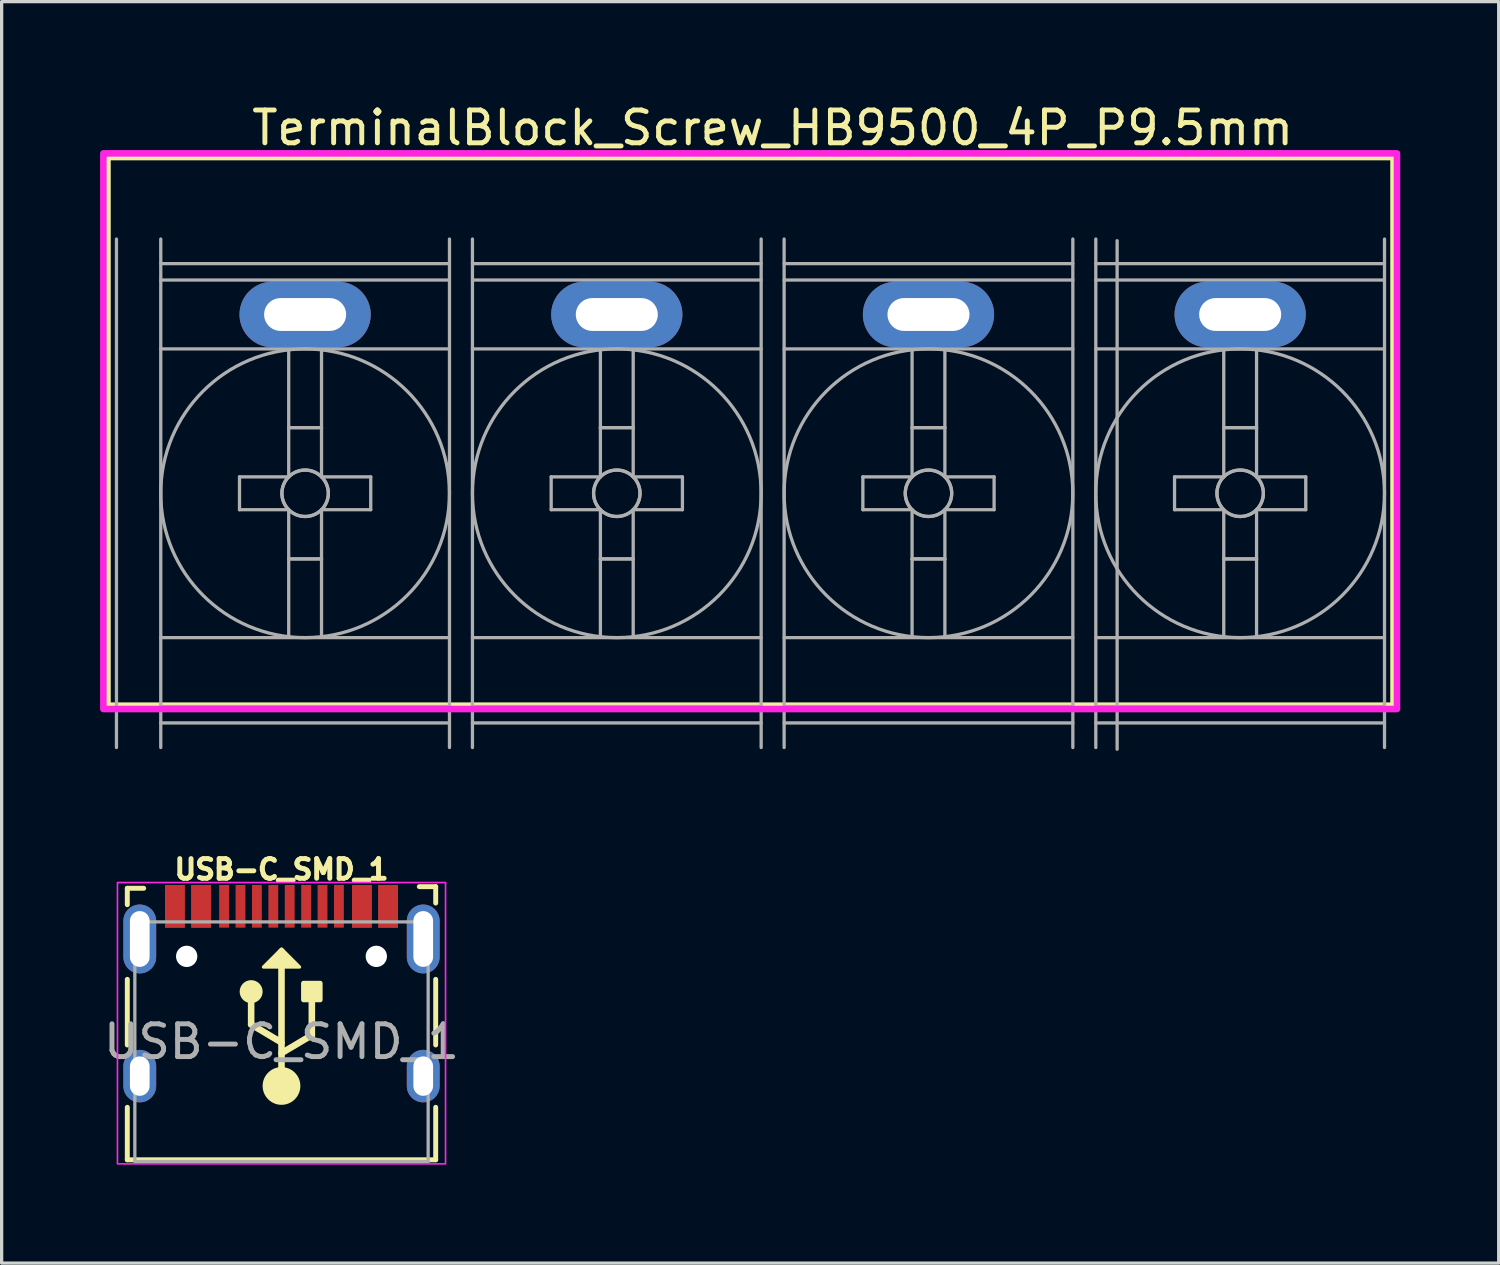
<source format=kicad_pcb>
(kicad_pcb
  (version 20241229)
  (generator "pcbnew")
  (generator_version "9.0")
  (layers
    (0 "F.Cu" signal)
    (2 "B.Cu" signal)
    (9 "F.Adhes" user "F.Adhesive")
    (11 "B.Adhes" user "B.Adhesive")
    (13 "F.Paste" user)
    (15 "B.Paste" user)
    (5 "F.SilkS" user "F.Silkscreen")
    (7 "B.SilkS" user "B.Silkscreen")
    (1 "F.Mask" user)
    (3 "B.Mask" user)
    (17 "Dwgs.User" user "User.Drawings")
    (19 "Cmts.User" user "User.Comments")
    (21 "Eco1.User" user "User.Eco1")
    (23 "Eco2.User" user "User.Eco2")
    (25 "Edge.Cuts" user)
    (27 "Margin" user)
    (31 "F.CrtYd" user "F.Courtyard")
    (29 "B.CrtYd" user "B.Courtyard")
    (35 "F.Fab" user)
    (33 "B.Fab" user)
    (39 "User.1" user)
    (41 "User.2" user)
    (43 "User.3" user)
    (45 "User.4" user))
  (footprint "TerminalBlock_Screw_HB9500_4P_P9.5mm"
    (layer "F.Cu")
    (at 20.5 10.098)
    (property "Reference" "TerminalBlock_Screw_HB9500_4P_P9.5mm" (at 0 -9.25 0) (layer "F.SilkS") (effects (font (size 1 1) (thickness 0.15))))
    (attr through_hole)
    (fp_rect (start -20.3 -8.387) (end 18.95 8.387) (stroke (width 0.25) (type solid)) (fill no) (layer "F.SilkS"))
    (fp_rect (start -20.4 -8.473) (end 19.03 8.463) (stroke (width 0.2) (type solid)) (fill no) (layer "F.CrtYd"))
    (fp_line (start -20 9.637) (end -20 -5.862) (stroke (width 0.1) (type solid)) (layer "F.Fab"))
    (fp_line (start -18.65 -5.862) (end -18.65 9.637) (stroke (width 0.1) (type solid)) (layer "F.Fab"))
    (fp_line (start -18.65 -5.112) (end -9.85 -5.112) (stroke (width 0.1) (type solid)) (layer "F.Fab"))
    (fp_line (start -18.65 -4.612) (end -9.85 -4.612) (stroke (width 0.1) (type solid)) (layer "F.Fab"))
    (fp_line (start -18.65 -2.513) (end -9.85 -2.513) (stroke (width 0.1) (type solid)) (layer "F.Fab"))
    (fp_line (start -18.65 6.287) (end -9.85 6.287) (stroke (width 0.1) (type solid)) (layer "F.Fab"))
    (fp_line (start -18.65 8.387) (end -9.85 8.387) (stroke (width 0.1) (type solid)) (layer "F.Fab"))
    (fp_line (start -18.65 8.887) (end -9.85 8.887) (stroke (width 0.1) (type solid)) (layer "F.Fab"))
    (fp_line (start -16.25 1.387) (end -16.25 2.388) (stroke (width 0.1) (type solid)) (layer "F.Fab"))
    (fp_line (start -16.25 2.388) (end -14.75 2.388) (stroke (width 0.1) (type solid)) (layer "F.Fab"))
    (fp_line (start -14.75 -2.462) (end -14.75 1.387) (stroke (width 0.1) (type solid)) (layer "F.Fab"))
    (fp_line (start -14.75 -0.113) (end -13.75 -0.113) (stroke (width 0.1) (type solid)) (layer "F.Fab"))
    (fp_line (start -14.75 -0.113) (end -13.75 -0.113) (stroke (width 0.1) (type solid)) (layer "F.Fab"))
    (fp_line (start -14.75 1.387) (end -16.25 1.387) (stroke (width 0.1) (type solid)) (layer "F.Fab"))
    (fp_line (start -14.75 2.388) (end -14.75 6.237) (stroke (width 0.1) (type solid)) (layer "F.Fab"))
    (fp_line (start -14.75 3.888) (end -13.75 3.888) (stroke (width 0.1) (type solid)) (layer "F.Fab"))
    (fp_line (start -14.75 3.888) (end -13.75 3.888) (stroke (width 0.1) (type solid)) (layer "F.Fab"))
    (fp_line (start -13.75 -2.462) (end -13.75 1.387) (stroke (width 0.1) (type solid)) (layer "F.Fab"))
    (fp_line (start -13.75 1.387) (end -12.25 1.387) (stroke (width 0.1) (type solid)) (layer "F.Fab"))
    (fp_line (start -13.75 2.388) (end -13.75 6.237) (stroke (width 0.1) (type solid)) (layer "F.Fab"))
    (fp_line (start -12.25 1.387) (end -12.25 2.388) (stroke (width 0.1) (type solid)) (layer "F.Fab"))
    (fp_line (start -12.25 2.388) (end -13.75 2.388) (stroke (width 0.1) (type solid)) (layer "F.Fab"))
    (fp_line (start -9.85 -5.862) (end -9.85 9.637) (stroke (width 0.1) (type solid)) (layer "F.Fab"))
    (fp_line (start -9.15 -5.862) (end -9.15 9.637) (stroke (width 0.1) (type solid)) (layer "F.Fab"))
    (fp_line (start -9.15 -5.112) (end -0.35 -5.112) (stroke (width 0.1) (type solid)) (layer "F.Fab"))
    (fp_line (start -9.15 -4.612) (end -0.35 -4.612) (stroke (width 0.1) (type solid)) (layer "F.Fab"))
    (fp_line (start -9.15 -2.513) (end -0.35 -2.513) (stroke (width 0.1) (type solid)) (layer "F.Fab"))
    (fp_line (start -9.15 6.287) (end -0.35 6.287) (stroke (width 0.1) (type solid)) (layer "F.Fab"))
    (fp_line (start -9.15 8.387) (end -0.35 8.387) (stroke (width 0.1) (type solid)) (layer "F.Fab"))
    (fp_line (start -9.15 8.887) (end -0.35 8.887) (stroke (width 0.1) (type solid)) (layer "F.Fab"))
    (fp_line (start -6.75 1.387) (end -6.75 2.388) (stroke (width 0.1) (type solid)) (layer "F.Fab"))
    (fp_line (start -6.75 2.388) (end -5.25 2.388) (stroke (width 0.1) (type solid)) (layer "F.Fab"))
    (fp_line (start -5.25 -2.462) (end -5.25 1.387) (stroke (width 0.1) (type solid)) (layer "F.Fab"))
    (fp_line (start -5.25 -0.113) (end -4.25 -0.113) (stroke (width 0.1) (type solid)) (layer "F.Fab"))
    (fp_line (start -5.25 -0.113) (end -4.25 -0.113) (stroke (width 0.1) (type solid)) (layer "F.Fab"))
    (fp_line (start -5.25 1.387) (end -6.75 1.387) (stroke (width 0.1) (type solid)) (layer "F.Fab"))
    (fp_line (start -5.25 2.388) (end -5.25 6.237) (stroke (width 0.1) (type solid)) (layer "F.Fab"))
    (fp_line (start -5.25 3.888) (end -4.25 3.888) (stroke (width 0.1) (type solid)) (layer "F.Fab"))
    (fp_line (start -5.25 3.888) (end -4.25 3.888) (stroke (width 0.1) (type solid)) (layer "F.Fab"))
    (fp_line (start -4.25 -2.462) (end -4.25 1.387) (stroke (width 0.1) (type solid)) (layer "F.Fab"))
    (fp_line (start -4.25 1.387) (end -2.75 1.387) (stroke (width 0.1) (type solid)) (layer "F.Fab"))
    (fp_line (start -4.25 2.388) (end -4.25 6.237) (stroke (width 0.1) (type solid)) (layer "F.Fab"))
    (fp_line (start -2.75 1.387) (end -2.75 2.388) (stroke (width 0.1) (type solid)) (layer "F.Fab"))
    (fp_line (start -2.75 2.388) (end -4.25 2.388) (stroke (width 0.1) (type solid)) (layer "F.Fab"))
    (fp_line (start -0.35 -5.862) (end -0.35 9.637) (stroke (width 0.1) (type solid)) (layer "F.Fab"))
    (fp_line (start 0.35 -5.862) (end 0.35 9.637) (stroke (width 0.1) (type solid)) (layer "F.Fab"))
    (fp_line (start 0.35 -5.112) (end 9.15 -5.112) (stroke (width 0.1) (type solid)) (layer "F.Fab"))
    (fp_line (start 0.35 -4.612) (end 9.15 -4.612) (stroke (width 0.1) (type solid)) (layer "F.Fab"))
    (fp_line (start 0.35 -2.513) (end 9.15 -2.513) (stroke (width 0.1) (type solid)) (layer "F.Fab"))
    (fp_line (start 0.35 6.287) (end 9.15 6.287) (stroke (width 0.1) (type solid)) (layer "F.Fab"))
    (fp_line (start 0.35 8.387) (end 9.15 8.387) (stroke (width 0.1) (type solid)) (layer "F.Fab"))
    (fp_line (start 0.35 8.887) (end 9.15 8.887) (stroke (width 0.1) (type solid)) (layer "F.Fab"))
    (fp_line (start 2.75 1.387) (end 2.75 2.388) (stroke (width 0.1) (type solid)) (layer "F.Fab"))
    (fp_line (start 2.75 2.388) (end 4.25 2.388) (stroke (width 0.1) (type solid)) (layer "F.Fab"))
    (fp_line (start 4.25 -2.462) (end 4.25 1.387) (stroke (width 0.1) (type solid)) (layer "F.Fab"))
    (fp_line (start 4.25 -0.113) (end 5.25 -0.113) (stroke (width 0.1) (type solid)) (layer "F.Fab"))
    (fp_line (start 4.25 -0.113) (end 5.25 -0.113) (stroke (width 0.1) (type solid)) (layer "F.Fab"))
    (fp_line (start 4.25 1.387) (end 2.75 1.387) (stroke (width 0.1) (type solid)) (layer "F.Fab"))
    (fp_line (start 4.25 2.388) (end 4.25 6.237) (stroke (width 0.1) (type solid)) (layer "F.Fab"))
    (fp_line (start 4.25 3.888) (end 5.25 3.888) (stroke (width 0.1) (type solid)) (layer "F.Fab"))
    (fp_line (start 4.25 3.888) (end 5.25 3.888) (stroke (width 0.1) (type solid)) (layer "F.Fab"))
    (fp_line (start 5.25 -2.462) (end 5.25 1.387) (stroke (width 0.1) (type solid)) (layer "F.Fab"))
    (fp_line (start 5.25 1.387) (end 6.75 1.387) (stroke (width 0.1) (type solid)) (layer "F.Fab"))
    (fp_line (start 5.25 2.388) (end 5.25 6.237) (stroke (width 0.1) (type solid)) (layer "F.Fab"))
    (fp_line (start 6.75 1.387) (end 6.75 2.388) (stroke (width 0.1) (type solid)) (layer "F.Fab"))
    (fp_line (start 6.75 2.388) (end 5.25 2.388) (stroke (width 0.1) (type solid)) (layer "F.Fab"))
    (fp_line (start 9.15 -5.862) (end 9.15 9.637) (stroke (width 0.1) (type solid)) (layer "F.Fab"))
    (fp_line (start 9.85 -5.862) (end 9.85 9.637) (stroke (width 0.1) (type solid)) (layer "F.Fab"))
    (fp_line (start 9.85 -5.112) (end 18.65 -5.112) (stroke (width 0.1) (type solid)) (layer "F.Fab"))
    (fp_line (start 9.85 -4.612) (end 18.65 -4.612) (stroke (width 0.1) (type solid)) (layer "F.Fab"))
    (fp_line (start 9.85 -2.513) (end 18.65 -2.513) (stroke (width 0.1) (type solid)) (layer "F.Fab"))
    (fp_line (start 9.85 6.287) (end 18.65 6.287) (stroke (width 0.1) (type solid)) (layer "F.Fab"))
    (fp_line (start 9.85 8.387) (end 18.65 8.387) (stroke (width 0.1) (type solid)) (layer "F.Fab"))
    (fp_line (start 9.85 8.887) (end 18.65 8.887) (stroke (width 0.1) (type solid)) (layer "F.Fab"))
    (fp_line (start 10.5 9.688) (end 10.5 -5.812) (stroke (width 0.1) (type solid)) (layer "F.Fab"))
    (fp_line (start 12.25 1.387) (end 12.25 2.388) (stroke (width 0.1) (type solid)) (layer "F.Fab"))
    (fp_line (start 12.25 2.388) (end 13.75 2.388) (stroke (width 0.1) (type solid)) (layer "F.Fab"))
    (fp_line (start 13.75 -2.462) (end 13.75 1.387) (stroke (width 0.1) (type solid)) (layer "F.Fab"))
    (fp_line (start 13.75 -0.113) (end 14.75 -0.113) (stroke (width 0.1) (type solid)) (layer "F.Fab"))
    (fp_line (start 13.75 -0.113) (end 14.75 -0.113) (stroke (width 0.1) (type solid)) (layer "F.Fab"))
    (fp_line (start 13.75 1.387) (end 12.25 1.387) (stroke (width 0.1) (type solid)) (layer "F.Fab"))
    (fp_line (start 13.75 2.388) (end 13.75 6.237) (stroke (width 0.1) (type solid)) (layer "F.Fab"))
    (fp_line (start 13.75 3.888) (end 14.75 3.888) (stroke (width 0.1) (type solid)) (layer "F.Fab"))
    (fp_line (start 13.75 3.888) (end 14.75 3.888) (stroke (width 0.1) (type solid)) (layer "F.Fab"))
    (fp_line (start 14.75 -2.462) (end 14.75 1.387) (stroke (width 0.1) (type solid)) (layer "F.Fab"))
    (fp_line (start 14.75 1.387) (end 16.25 1.387) (stroke (width 0.1) (type solid)) (layer "F.Fab"))
    (fp_line (start 14.75 2.388) (end 14.75 6.237) (stroke (width 0.1) (type solid)) (layer "F.Fab"))
    (fp_line (start 16.25 1.387) (end 16.25 2.388) (stroke (width 0.1) (type solid)) (layer "F.Fab"))
    (fp_line (start 16.25 2.388) (end 14.75 2.388) (stroke (width 0.1) (type solid)) (layer "F.Fab"))
    (fp_line (start 18.65 -5.862) (end 18.65 9.637) (stroke (width 0.1) (type solid)) (layer "F.Fab"))
    (fp_circle (center -14.25 1.887) (end -13.75 2.388) (stroke (width 0.1) (type solid)) (fill no) (layer "F.Fab"))
    (fp_circle (center -14.25 1.887) (end -13.75 2.388) (stroke (width 0.1) (type solid)) (fill no) (layer "F.Fab"))
    (fp_circle (center -14.25 1.887) (end -9.85 1.887) (stroke (width 0.1) (type solid)) (fill no) (layer "F.Fab"))
    (fp_circle (center -4.75 1.887) (end -4.25 2.388) (stroke (width 0.1) (type solid)) (fill no) (layer "F.Fab"))
    (fp_circle (center -4.75 1.887) (end -4.25 2.388) (stroke (width 0.1) (type solid)) (fill no) (layer "F.Fab"))
    (fp_circle (center -4.75 1.887) (end -0.35 1.887) (stroke (width 0.1) (type solid)) (fill no) (layer "F.Fab"))
    (fp_circle (center 4.75 1.887) (end 5.25 2.388) (stroke (width 0.1) (type solid)) (fill no) (layer "F.Fab"))
    (fp_circle (center 4.75 1.887) (end 5.25 2.388) (stroke (width 0.1) (type solid)) (fill no) (layer "F.Fab"))
    (fp_circle (center 4.75 1.887) (end 9.15 1.887) (stroke (width 0.1) (type solid)) (fill no) (layer "F.Fab"))
    (fp_circle (center 14.25 1.887) (end 14.75 2.388) (stroke (width 0.1) (type solid)) (fill no) (layer "F.Fab"))
    (fp_circle (center 14.25 1.887) (end 14.75 2.388) (stroke (width 0.1) (type solid)) (fill no) (layer "F.Fab"))
    (fp_circle (center 14.25 1.887) (end 18.65 1.887) (stroke (width 0.1) (type solid)) (fill no) (layer "F.Fab"))
    (pad "1" thru_hole oval (at -14.25 -3.562) (size 4 2) (drill oval 2.5 1) (layers "*.Cu" "*.Mask"))
    (pad "2" thru_hole oval (at -4.75 -3.562) (size 4 2) (drill oval 2.5 1) (layers "*.Cu" "*.Mask"))
    (pad "3" thru_hole oval (at 4.75 -3.562) (size 4 2) (drill oval 2.5 1) (layers "*.Cu" "*.Mask"))
    (pad "4" thru_hole oval (at 14.25 -3.562) (size 4 2) (drill oval 2.5 1) (layers "*.Cu" "*.Mask")))
  (footprint "USB-C_SMD_1"
    (layer "F.Cu")
    (at 5.53 28.7)
    (property "Reference" "USB-C_SMD_1" (at 0 -5.25 0) (unlocked yes) (layer "F.SilkS") (effects (font (size 0.6 0.6) (thickness 0.15) (bold yes))))
    (attr smd)
    (fp_line (start -4.7 -4.675) (end -4.7 -4.175) (stroke (width 0.15) (type solid)) (layer "F.SilkS"))
    (fp_line (start -4.7 -4.675) (end -4.2 -4.675) (stroke (width 0.15) (type solid)) (layer "F.SilkS"))
    (fp_line (start -4.7 -1.9) (end -4.7 0.1) (stroke (width 0.15) (type solid)) (layer "F.SilkS"))
    (fp_line (start -4.7 2) (end -4.7 3.6) (stroke (width 0.15) (type solid)) (layer "F.SilkS"))
    (fp_line (start -4.7 3.6) (end 4.7 3.6) (stroke (width 0.15) (type solid)) (layer "F.SilkS"))
    (fp_line (start -0.925 -0.525) (end -0.925 -1.525) (stroke (width 0.2) (type default)) (layer "F.SilkS"))
    (fp_line (start 0 0.025) (end -0.925 -0.525) (stroke (width 0.2) (type default)) (layer "F.SilkS"))
    (fp_line (start 0 1.35) (end 0 -2.75) (stroke (width 0.2) (type default)) (layer "F.SilkS"))
    (fp_line (start 0.925 -0.2) (end 0 0.35) (stroke (width 0.2) (type default)) (layer "F.SilkS"))
    (fp_line (start 0.925 -0.2) (end 0.925 -1.275) (stroke (width 0.2) (type default)) (layer "F.SilkS"))
    (fp_line (start 4.2 -4.725) (end 4.7 -4.725) (stroke (width 0.15) (type solid)) (layer "F.SilkS"))
    (fp_line (start 4.7 -4.725) (end 4.7 -4.225) (stroke (width 0.15) (type solid)) (layer "F.SilkS"))
    (fp_line (start 4.7 -1.9) (end 4.7 0.1) (stroke (width 0.15) (type solid)) (layer "F.SilkS"))
    (fp_line (start 4.7 2) (end 4.7 3.6) (stroke (width 0.15) (type solid)) (layer "F.SilkS"))
    (fp_rect (start 0.672 -1.781) (end 1.178 -1.275) (stroke (width 0.15) (type solid)) (fill yes) (layer "F.SilkS"))
    (fp_circle (center -0.925 -1.525) (end -0.725 -1.525) (stroke (width 0.3) (type default)) (fill no) (layer "F.SilkS"))
    (fp_circle (center 0 1.35) (end 0.5 1.35) (stroke (width 0.15) (type solid)) (fill yes) (layer "F.SilkS"))
    (fp_poly (pts (xy 0 -2.825) (xy -0.55 -2.275) (xy 0.55 -2.275)) (stroke (width 0.1) (type solid)) (fill yes) (layer "F.SilkS"))
    (fp_rect (start -5 -4.85) (end 5 3.725) (stroke (width 0.05) (type default)) (fill no) (layer "F.CrtYd"))
    (fp_line (start -4.47 -3.65) (end -4.47 3.65) (stroke (width 0.1) (type solid)) (layer "F.Fab"))
    (fp_line (start -4.47 -3.65) (end 4.47 -3.65) (stroke (width 0.1) (type solid)) (layer "F.Fab"))
    (fp_line (start -4.47 3.65) (end 4.47 3.65) (stroke (width 0.1) (type solid)) (layer "F.Fab"))
    (fp_line (start 4.47 -3.65) (end 4.47 3.65) (stroke (width 0.1) (type solid)) (layer "F.Fab"))
    (fp_text user "${REFERENCE}" (at 0 0 0) (unlocked yes) (layer "F.Fab") (effects (font (size 1 1) (thickness 0.15))))
    (pad "" np_thru_hole circle (at -2.89 -2.6) (size 0.65 0.65) (drill 0.65) (layers "*.Cu" "*.Mask"))
    (pad "" np_thru_hole circle (at 2.89 -2.6) (size 0.65 0.65) (drill 0.65) (layers "*.Cu" "*.Mask"))
    (pad "A1" smd rect (at -3.25 -4.125) (size 0.6 1.3) (layers "F.Cu" "F.Mask" "F.Paste"))
    (pad "A4" smd rect (at -2.45 -4.125) (size 0.6 1.3) (layers "F.Cu" "F.Mask" "F.Paste"))
    (pad "A5" smd rect (at -1.25 -4.125) (size 0.3 1.3) (layers "F.Cu" "F.Mask" "F.Paste"))
    (pad "A6" smd rect (at -0.25 -4.125) (size 0.3 1.3) (layers "F.Cu" "F.Mask" "F.Paste"))
    (pad "A7" smd rect (at 0.25 -4.125) (size 0.3 1.3) (layers "F.Cu" "F.Mask" "F.Paste"))
    (pad "A8" smd rect (at 1.25 -4.125) (size 0.3 1.3) (layers "F.Cu" "F.Mask" "F.Paste"))
    (pad "A9" smd rect (at 2.45 -4.125) (size 0.6 1.3) (layers "F.Cu" "F.Mask" "F.Paste"))
    (pad "A12" smd rect (at 3.25 -4.125) (size 0.6 1.3) (layers "F.Cu" "F.Mask" "F.Paste"))
    (pad "B1" smd rect (at 3.25 -4.125) (size 0.6 1.3) (layers "F.Cu" "F.Mask" "F.Paste"))
    (pad "B4" smd rect (at 2.45 -4.125) (size 0.6 1.3) (layers "F.Cu" "F.Mask" "F.Paste"))
    (pad "B5" smd rect (at 1.75 -4.125) (size 0.3 1.3) (layers "F.Cu" "F.Mask" "F.Paste"))
    (pad "B6" smd rect (at 0.75 -4.125) (size 0.3 1.3) (layers "F.Cu" "F.Mask" "F.Paste"))
    (pad "B7" smd rect (at -0.75 -4.125) (size 0.3 1.3) (layers "F.Cu" "F.Mask" "F.Paste"))
    (pad "B8" smd rect (at -1.75 -4.125) (size 0.3 1.3) (layers "F.Cu" "F.Mask" "F.Paste"))
    (pad "B9" smd rect (at -2.45 -4.125) (size 0.6 1.3) (layers "F.Cu" "F.Mask" "F.Paste"))
    (pad "B12" smd rect (at -3.25 -4.125) (size 0.6 1.3) (layers "F.Cu" "F.Mask" "F.Paste"))
    (pad "S1" thru_hole oval (at -4.32 -3.13) (size 1 2.1) (drill oval 0.6 1.7) (layers "*.Cu" "*.Mask"))
    (pad "S1" thru_hole oval (at -4.32 1.05) (size 1 1.6) (drill oval 0.6 1.2) (layers "*.Cu" "*.Mask"))
    (pad "S1" thru_hole oval (at 4.32 -3.13) (size 1 2.1) (drill oval 0.6 1.7) (layers "*.Cu" "*.Mask"))
    (pad "S1" thru_hole oval (at 4.32 1.05) (size 1 1.6) (drill oval 0.6 1.2) (layers "*.Cu" "*.Mask")))
  (gr_rect
    (start -3 -3)
    (end 42.63 35.45)
    (stroke (width 0.1) (type default))
    (fill no)
    (layer "Edge.Cuts")))
</source>
